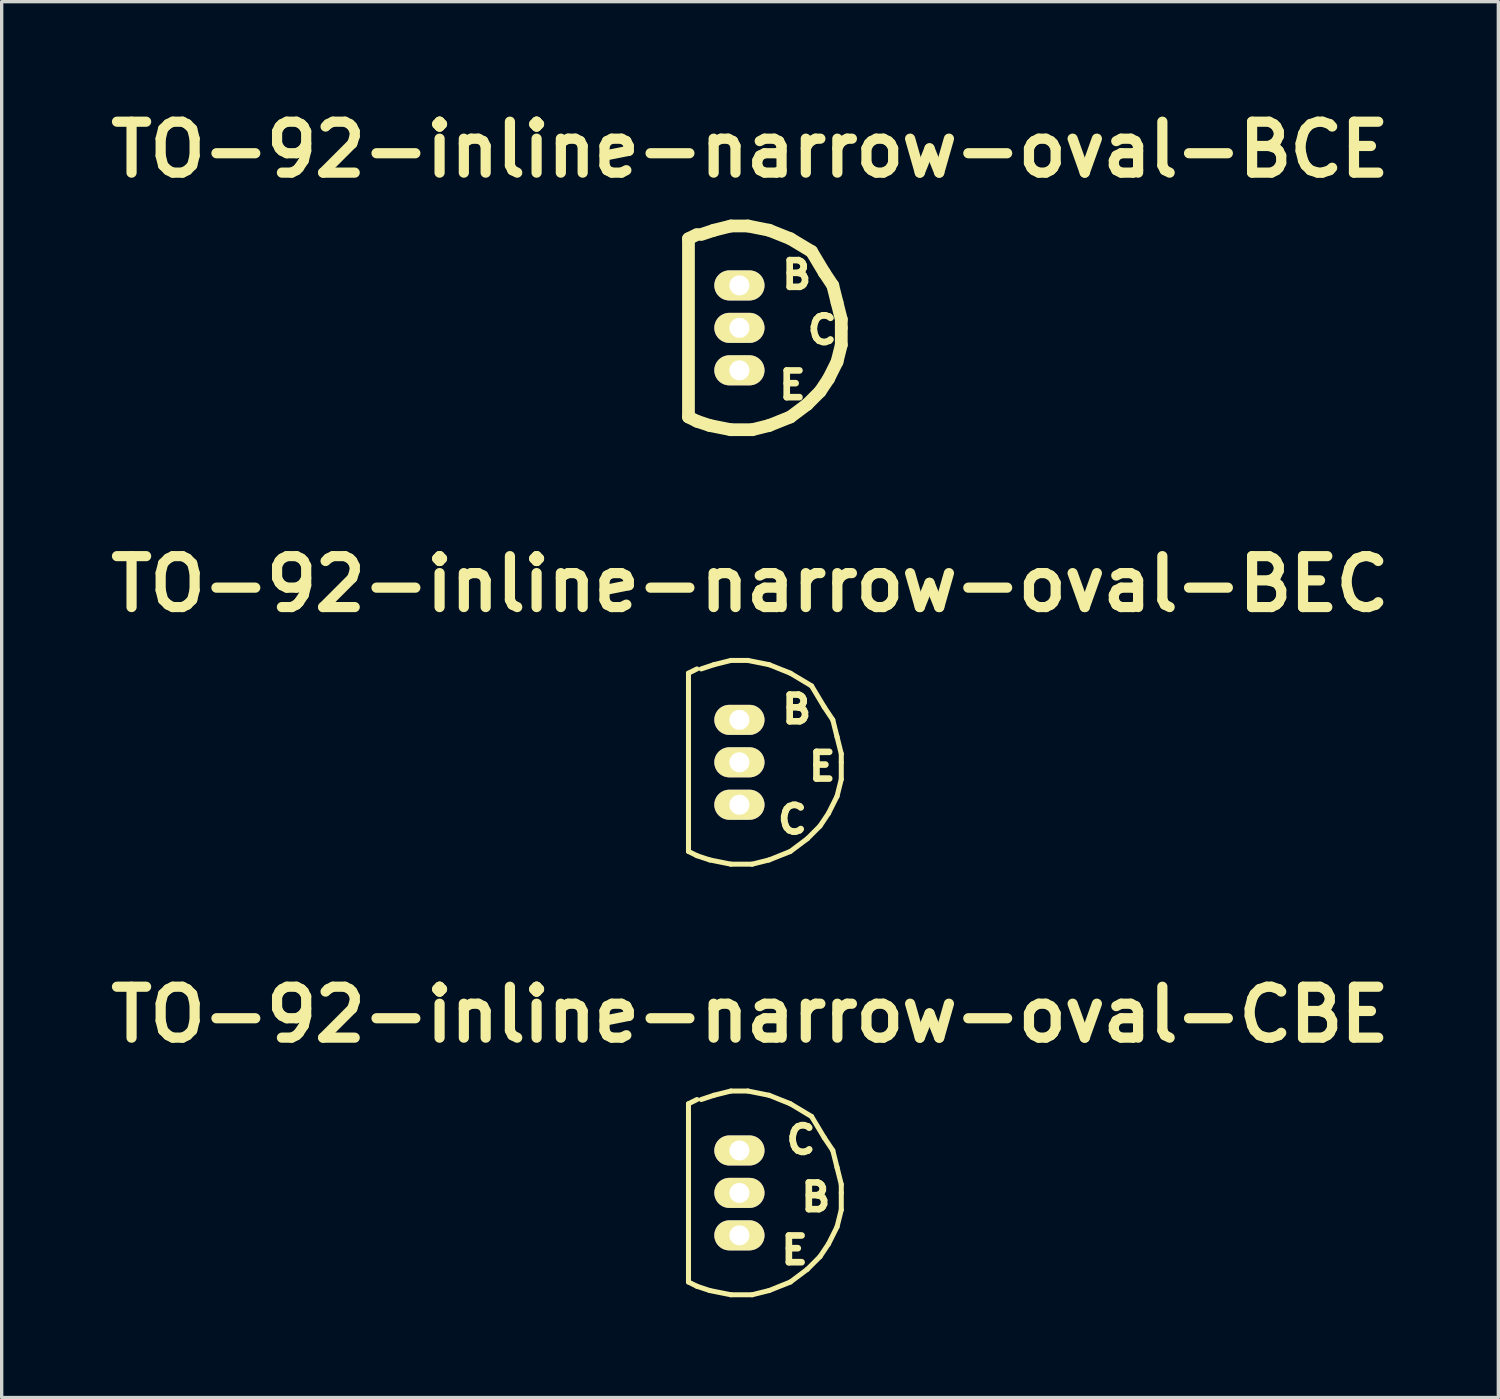
<source format=kicad_pcb>
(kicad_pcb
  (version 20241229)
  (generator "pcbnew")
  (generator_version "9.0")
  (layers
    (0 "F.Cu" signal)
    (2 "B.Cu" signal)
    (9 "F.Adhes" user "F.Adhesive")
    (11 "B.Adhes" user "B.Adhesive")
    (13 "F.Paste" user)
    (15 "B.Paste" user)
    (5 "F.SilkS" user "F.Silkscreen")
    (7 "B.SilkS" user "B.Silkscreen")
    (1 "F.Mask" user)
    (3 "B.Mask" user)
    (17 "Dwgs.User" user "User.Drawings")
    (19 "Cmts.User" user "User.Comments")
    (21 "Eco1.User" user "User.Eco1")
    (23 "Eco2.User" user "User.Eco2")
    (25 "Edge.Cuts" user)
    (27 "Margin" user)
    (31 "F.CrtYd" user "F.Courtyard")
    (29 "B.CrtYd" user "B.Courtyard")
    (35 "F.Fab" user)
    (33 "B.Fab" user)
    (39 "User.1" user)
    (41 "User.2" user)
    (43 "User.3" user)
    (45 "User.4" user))
  (footprint "TO-92-inline-narrow-oval-BEC"
    (layer "F.Cu")
    (at 19.074 19.759)
    (property "Reference" "TO-92-inline-narrow-oval-BEC" (at 0.318 -5.334 0) (layer "F.SilkS") (effects (font (size 1.524 1.524) (thickness 0.305))))
    (attr through_hole)
    (fp_line (start -1.524 -2.667) (end -1.524 2.667) (stroke (width 0.15) (type solid)) (layer "F.SilkS"))
    (fp_line (start -1.524 -2.667) (end -1.27 -2.794) (stroke (width 0.15) (type solid)) (layer "F.SilkS"))
    (fp_line (start -1.27 2.794) (end -1.524 2.667) (stroke (width 0.15) (type solid)) (layer "F.SilkS"))
    (fp_line (start -1.143 -2.794) (end -0.762 -2.921) (stroke (width 0.15) (type solid)) (layer "F.SilkS"))
    (fp_line (start -0.889 2.921) (end -1.27 2.794) (stroke (width 0.15) (type solid)) (layer "F.SilkS"))
    (fp_line (start -0.762 -2.921) (end -0.254 -3.048) (stroke (width 0.15) (type solid)) (layer "F.SilkS"))
    (fp_line (start -0.254 -3.048) (end 0.254 -3.048) (stroke (width 0.15) (type solid)) (layer "F.SilkS"))
    (fp_line (start -0.254 3.048) (end -0.889 2.921) (stroke (width 0.15) (type solid)) (layer "F.SilkS"))
    (fp_line (start 0.254 -3.048) (end 0.889 -2.921) (stroke (width 0.15) (type solid)) (layer "F.SilkS"))
    (fp_line (start 0.381 3.048) (end -0.254 3.048) (stroke (width 0.15) (type solid)) (layer "F.SilkS"))
    (fp_line (start 0.889 -2.921) (end 1.524 -2.667) (stroke (width 0.15) (type solid)) (layer "F.SilkS"))
    (fp_line (start 0.889 2.921) (end 0.381 3.048) (stroke (width 0.15) (type solid)) (layer "F.SilkS"))
    (fp_line (start 1.524 -2.667) (end 2.159 -2.286) (stroke (width 0.15) (type solid)) (layer "F.SilkS"))
    (fp_line (start 1.524 2.667) (end 0.889 2.921) (stroke (width 0.15) (type solid)) (layer "F.SilkS"))
    (fp_line (start 2.032 2.286) (end 1.524 2.667) (stroke (width 0.15) (type solid)) (layer "F.SilkS"))
    (fp_line (start 2.159 -2.286) (end 2.54 -1.651) (stroke (width 0.15) (type solid)) (layer "F.SilkS"))
    (fp_line (start 2.413 1.905) (end 2.032 2.286) (stroke (width 0.15) (type solid)) (layer "F.SilkS"))
    (fp_line (start 2.54 -1.651) (end 2.794 -1.27) (stroke (width 0.15) (type solid)) (layer "F.SilkS"))
    (fp_line (start 2.667 1.524) (end 2.413 1.905) (stroke (width 0.15) (type solid)) (layer "F.SilkS"))
    (fp_line (start 2.794 -1.27) (end 2.921 -0.762) (stroke (width 0.15) (type solid)) (layer "F.SilkS"))
    (fp_line (start 2.921 -0.762) (end 3.048 -0.254) (stroke (width 0.15) (type solid)) (layer "F.SilkS"))
    (fp_line (start 2.921 1.016) (end 2.667 1.524) (stroke (width 0.15) (type solid)) (layer "F.SilkS"))
    (fp_line (start 3.048 -0.254) (end 3.048 0) (stroke (width 0.15) (type solid)) (layer "F.SilkS"))
    (fp_line (start 3.048 0) (end 3.048 0.508) (stroke (width 0.15) (type solid)) (layer "F.SilkS"))
    (fp_line (start 3.048 0.508) (end 2.921 1.016) (stroke (width 0.15) (type solid)) (layer "F.SilkS"))
    (fp_text user "B" (at 1.714 -1.587 0) (layer "F.SilkS") (effects (font (size 0.8 0.8) (thickness 0.198))))
    (fp_text user "C" (at 1.587 1.714 0) (layer "F.SilkS") (effects (font (size 0.8 0.8) (thickness 0.198))))
    (fp_text user "E" (at 2.477 0.127 0) (layer "F.SilkS") (effects (font (size 0.8 0.8) (thickness 0.198))))
    (pad "B" thru_hole oval (at 0 -1.27 90) (size 0.899 1.501) (drill 0.599) (layers "*.Cu" "*.Mask" "F.SilkS"))
    (pad "C" thru_hole oval (at 0 1.27 90) (size 0.899 1.501) (drill 0.599) (layers "*.Cu" "*.Mask" "F.SilkS"))
    (pad "E" thru_hole oval (at 0 0 90) (size 0.899 1.501) (drill 0.599) (layers "*.Cu" "*.Mask" "F.SilkS")))
  (footprint "TO-92-inline-narrow-oval-CBE"
    (layer "F.Cu")
    (at 19.074 32.643)
    (property "Reference" "TO-92-inline-narrow-oval-CBE" (at 0.318 -5.334 0) (layer "F.SilkS") (effects (font (size 1.524 1.524) (thickness 0.305))))
    (attr through_hole)
    (fp_line (start -1.524 -2.667) (end -1.524 2.667) (stroke (width 0.15) (type solid)) (layer "F.SilkS"))
    (fp_line (start -1.524 -2.667) (end -1.27 -2.794) (stroke (width 0.15) (type solid)) (layer "F.SilkS"))
    (fp_line (start -1.27 2.794) (end -1.524 2.667) (stroke (width 0.15) (type solid)) (layer "F.SilkS"))
    (fp_line (start -1.143 -2.794) (end -0.762 -2.921) (stroke (width 0.15) (type solid)) (layer "F.SilkS"))
    (fp_line (start -0.889 2.921) (end -1.27 2.794) (stroke (width 0.15) (type solid)) (layer "F.SilkS"))
    (fp_line (start -0.762 -2.921) (end -0.254 -3.048) (stroke (width 0.15) (type solid)) (layer "F.SilkS"))
    (fp_line (start -0.254 -3.048) (end 0.254 -3.048) (stroke (width 0.15) (type solid)) (layer "F.SilkS"))
    (fp_line (start -0.254 3.048) (end -0.889 2.921) (stroke (width 0.15) (type solid)) (layer "F.SilkS"))
    (fp_line (start 0.254 -3.048) (end 0.889 -2.921) (stroke (width 0.15) (type solid)) (layer "F.SilkS"))
    (fp_line (start 0.381 3.048) (end -0.254 3.048) (stroke (width 0.15) (type solid)) (layer "F.SilkS"))
    (fp_line (start 0.889 -2.921) (end 1.524 -2.667) (stroke (width 0.15) (type solid)) (layer "F.SilkS"))
    (fp_line (start 0.889 2.921) (end 0.381 3.048) (stroke (width 0.15) (type solid)) (layer "F.SilkS"))
    (fp_line (start 1.524 -2.667) (end 2.159 -2.286) (stroke (width 0.15) (type solid)) (layer "F.SilkS"))
    (fp_line (start 1.524 2.667) (end 0.889 2.921) (stroke (width 0.15) (type solid)) (layer "F.SilkS"))
    (fp_line (start 2.032 2.286) (end 1.524 2.667) (stroke (width 0.15) (type solid)) (layer "F.SilkS"))
    (fp_line (start 2.159 -2.286) (end 2.54 -1.651) (stroke (width 0.15) (type solid)) (layer "F.SilkS"))
    (fp_line (start 2.413 1.905) (end 2.032 2.286) (stroke (width 0.15) (type solid)) (layer "F.SilkS"))
    (fp_line (start 2.54 -1.651) (end 2.794 -1.27) (stroke (width 0.15) (type solid)) (layer "F.SilkS"))
    (fp_line (start 2.667 1.524) (end 2.413 1.905) (stroke (width 0.15) (type solid)) (layer "F.SilkS"))
    (fp_line (start 2.794 -1.27) (end 2.921 -0.762) (stroke (width 0.15) (type solid)) (layer "F.SilkS"))
    (fp_line (start 2.921 -0.762) (end 3.048 -0.254) (stroke (width 0.15) (type solid)) (layer "F.SilkS"))
    (fp_line (start 2.921 1.016) (end 2.667 1.524) (stroke (width 0.15) (type solid)) (layer "F.SilkS"))
    (fp_line (start 3.048 -0.254) (end 3.048 0) (stroke (width 0.15) (type solid)) (layer "F.SilkS"))
    (fp_line (start 3.048 0) (end 3.048 0.508) (stroke (width 0.15) (type solid)) (layer "F.SilkS"))
    (fp_line (start 3.048 0.508) (end 2.921 1.016) (stroke (width 0.15) (type solid)) (layer "F.SilkS"))
    (fp_text user "C" (at 1.841 -1.587 0) (layer "F.SilkS") (effects (font (size 0.8 0.8) (thickness 0.198))))
    (fp_text user "B" (at 2.286 0.127 0) (layer "F.SilkS") (effects (font (size 0.8 0.8) (thickness 0.198))))
    (fp_text user "E" (at 1.651 1.714 0) (layer "F.SilkS") (effects (font (size 0.8 0.8) (thickness 0.198))))
    (pad "B" thru_hole oval (at 0 0 90) (size 0.899 1.501) (drill 0.599) (layers "*.Cu" "*.Mask" "F.SilkS"))
    (pad "C" thru_hole oval (at 0 -1.27 90) (size 0.899 1.501) (drill 0.599) (layers "*.Cu" "*.Mask" "F.SilkS"))
    (pad "E" thru_hole oval (at 0 1.27 90) (size 0.899 1.501) (drill 0.599) (layers "*.Cu" "*.Mask" "F.SilkS")))
  (footprint "TO-92-inline-narrow-oval-BCE"
    (layer "F.Cu")
    (at 19.074 6.76)
    (property "Reference" "TO-92-inline-narrow-oval-BCE" (at 0.318 -5.334 0) (layer "F.SilkS") (effects (font (size 1.524 1.524) (thickness 0.305))))
    (attr through_hole)
    (fp_line (start -1.524 -2.667) (end -1.524 2.667) (stroke (width 0.381) (type solid)) (layer "F.SilkS"))
    (fp_line (start -1.524 -2.667) (end -1.27 -2.794) (stroke (width 0.381) (type solid)) (layer "F.SilkS"))
    (fp_line (start -1.27 2.794) (end -1.524 2.667) (stroke (width 0.381) (type solid)) (layer "F.SilkS"))
    (fp_line (start -1.143 -2.794) (end -0.762 -2.921) (stroke (width 0.381) (type solid)) (layer "F.SilkS"))
    (fp_line (start -0.889 2.921) (end -1.27 2.794) (stroke (width 0.381) (type solid)) (layer "F.SilkS"))
    (fp_line (start -0.762 -2.921) (end -0.254 -3.048) (stroke (width 0.381) (type solid)) (layer "F.SilkS"))
    (fp_line (start -0.254 -3.048) (end 0.254 -3.048) (stroke (width 0.381) (type solid)) (layer "F.SilkS"))
    (fp_line (start -0.254 3.048) (end -0.889 2.921) (stroke (width 0.381) (type solid)) (layer "F.SilkS"))
    (fp_line (start 0.254 -3.048) (end 0.889 -2.921) (stroke (width 0.381) (type solid)) (layer "F.SilkS"))
    (fp_line (start 0.381 3.048) (end -0.254 3.048) (stroke (width 0.381) (type solid)) (layer "F.SilkS"))
    (fp_line (start 0.889 -2.921) (end 1.524 -2.667) (stroke (width 0.381) (type solid)) (layer "F.SilkS"))
    (fp_line (start 0.889 2.921) (end 0.381 3.048) (stroke (width 0.381) (type solid)) (layer "F.SilkS"))
    (fp_line (start 1.524 -2.667) (end 2.159 -2.286) (stroke (width 0.381) (type solid)) (layer "F.SilkS"))
    (fp_line (start 1.524 2.667) (end 0.889 2.921) (stroke (width 0.381) (type solid)) (layer "F.SilkS"))
    (fp_line (start 2.032 2.286) (end 1.524 2.667) (stroke (width 0.381) (type solid)) (layer "F.SilkS"))
    (fp_line (start 2.159 -2.286) (end 2.54 -1.651) (stroke (width 0.381) (type solid)) (layer "F.SilkS"))
    (fp_line (start 2.413 1.905) (end 2.032 2.286) (stroke (width 0.381) (type solid)) (layer "F.SilkS"))
    (fp_line (start 2.54 -1.651) (end 2.794 -1.27) (stroke (width 0.381) (type solid)) (layer "F.SilkS"))
    (fp_line (start 2.667 1.524) (end 2.413 1.905) (stroke (width 0.381) (type solid)) (layer "F.SilkS"))
    (fp_line (start 2.794 -1.27) (end 2.921 -0.762) (stroke (width 0.381) (type solid)) (layer "F.SilkS"))
    (fp_line (start 2.921 -0.762) (end 3.048 -0.254) (stroke (width 0.381) (type solid)) (layer "F.SilkS"))
    (fp_line (start 2.921 1.016) (end 2.667 1.524) (stroke (width 0.381) (type solid)) (layer "F.SilkS"))
    (fp_line (start 3.048 -0.254) (end 3.048 0) (stroke (width 0.381) (type solid)) (layer "F.SilkS"))
    (fp_line (start 3.048 0) (end 3.048 0.508) (stroke (width 0.381) (type solid)) (layer "F.SilkS"))
    (fp_line (start 3.048 0.508) (end 2.921 1.016) (stroke (width 0.381) (type solid)) (layer "F.SilkS"))
    (fp_text user "B" (at 1.714 -1.587 0) (layer "F.SilkS") (effects (font (size 0.8 0.8) (thickness 0.198))))
    (fp_text user "C" (at 2.477 0.064 0) (layer "F.SilkS") (effects (font (size 0.8 0.8) (thickness 0.198))))
    (fp_text user "E" (at 1.587 1.714 0) (layer "F.SilkS") (effects (font (size 0.8 0.8) (thickness 0.198))))
    (pad "B" thru_hole oval (at 0 -1.27 90) (size 0.899 1.501) (drill 0.599) (layers "*.Cu" "*.Mask" "F.SilkS"))
    (pad "C" thru_hole oval (at 0 0 90) (size 0.899 1.501) (drill 0.599) (layers "*.Cu" "*.Mask" "F.SilkS"))
    (pad "E" thru_hole oval (at 0 1.27 90) (size 0.899 1.501) (drill 0.599) (layers "*.Cu" "*.Mask" "F.SilkS")))
  (gr_rect
    (start -3 -3)
    (end 41.782 38.766)
    (stroke (width 0.1) (type default))
    (fill no)
    (layer "Edge.Cuts")))
</source>
